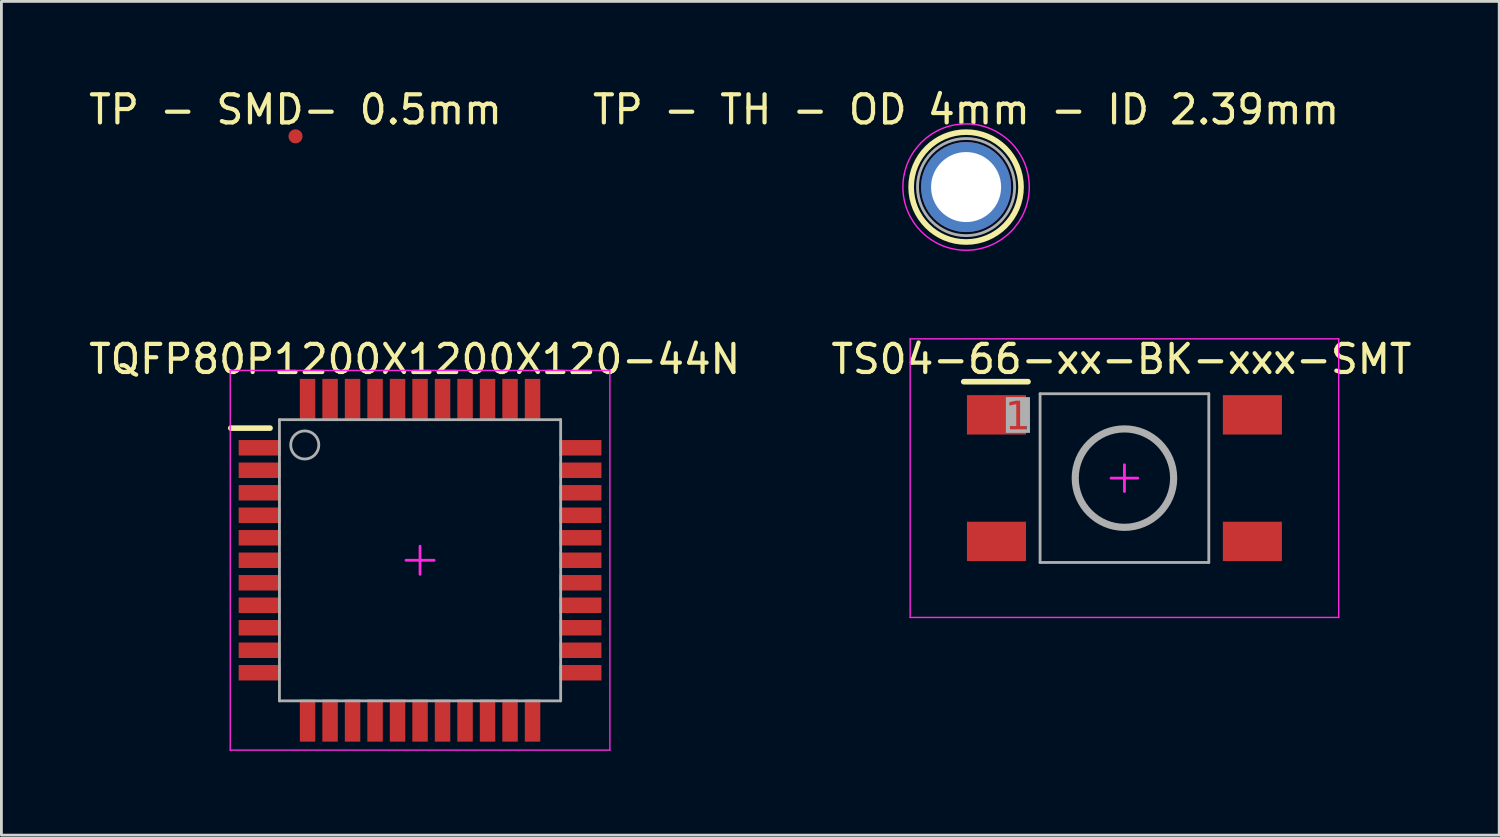
<source format=kicad_pcb>
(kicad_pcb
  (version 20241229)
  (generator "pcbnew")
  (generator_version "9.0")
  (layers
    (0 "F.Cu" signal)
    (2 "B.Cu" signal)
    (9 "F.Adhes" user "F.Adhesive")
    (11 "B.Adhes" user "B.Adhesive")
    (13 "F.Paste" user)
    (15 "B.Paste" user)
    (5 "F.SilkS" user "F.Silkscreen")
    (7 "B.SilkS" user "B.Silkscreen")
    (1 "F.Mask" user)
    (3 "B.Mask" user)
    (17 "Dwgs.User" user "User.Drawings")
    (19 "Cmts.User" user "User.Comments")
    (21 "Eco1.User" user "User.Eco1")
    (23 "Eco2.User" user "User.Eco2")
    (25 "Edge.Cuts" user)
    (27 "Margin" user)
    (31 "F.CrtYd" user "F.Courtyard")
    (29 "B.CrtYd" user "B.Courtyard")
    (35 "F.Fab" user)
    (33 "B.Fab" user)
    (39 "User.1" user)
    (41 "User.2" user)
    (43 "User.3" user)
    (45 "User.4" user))
  (footprint "TP - SMD- 0.5mm"
    (layer "F.Cu")
    (at 7.458 1.798)
    (property "Reference" "TP - SMD- 0.5mm" (at 0 -0.95 0) (layer "F.SilkS") (effects (font (size 1 1) (thickness 0.15))))
    (pad "1" smd circle (at 0 0) (size 0.5 0.5) (layers "F.Cu" "F.Mask" "F.Paste")))
  (footprint "TP - TH - OD 4mm - ID 2.39mm"
    (layer "F.Cu")
    (at 31.304 3.602)
    (property "Reference" "TP - TH - OD 4mm - ID 2.39mm" (at 0 -2.754 0) (layer "F.SilkS") (effects (font (size 1 1) (thickness 0.15))))
    (fp_circle (center 0 0) (end 0 -1.954) (stroke (width 0.2) (type solid)) (fill no) (layer "F.SilkS"))
    (fp_line (start -0.254 0) (end 0.254 0) (stroke (width 0.1) (type solid)) (layer "F.CrtYd"))
    (fp_line (start 0 0.254) (end 0 -0.254) (stroke (width 0.1) (type solid)) (layer "F.CrtYd"))
    (fp_circle (center 0 0) (end 0 -2.247) (stroke (width 0.05) (type solid)) (fill no) (layer "F.CrtYd"))
    (fp_circle (center 0 0) (end 0 -1.727) (stroke (width 0.1) (type solid)) (fill no) (layer "F.Fab"))
    (pad "1" thru_hole circle (at 0 0) (size 3.2 3.2) (drill 2.49) (layers "*.Cu" "*.Mask")))
  (footprint "TS04-66-xx-BK-xxx-SMT"
    (layer "F.Cu")
    (at 36.935 13.952)
    (property "Reference" "TS04-66-xx-BK-xxx-SMT" (at -0.107 -4.229 0) (layer "F.SilkS") (effects (font (size 1 1) (thickness 0.15))))
    (fp_line (start -5.715 -3.429) (end -3.429 -3.429) (stroke (width 0.2) (type solid)) (layer "F.SilkS"))
    (fp_line (start -7.62 -4.953) (end 7.62 -4.953) (stroke (width 0.05) (type solid)) (layer "F.CrtYd"))
    (fp_line (start -7.62 4.953) (end -7.62 -4.953) (stroke (width 0.05) (type solid)) (layer "F.CrtYd"))
    (fp_line (start -7.62 4.953) (end 7.62 4.953) (stroke (width 0.05) (type solid)) (layer "F.CrtYd"))
    (fp_line (start -0.475 0) (end 0.475 0) (stroke (width 0.1) (type solid)) (layer "F.CrtYd"))
    (fp_line (start 0 0.475) (end 0 -0.475) (stroke (width 0.1) (type solid)) (layer "F.CrtYd"))
    (fp_line (start 7.62 4.953) (end 7.62 -4.953) (stroke (width 0.05) (type solid)) (layer "F.CrtYd"))
    (fp_line (start -3 -3) (end 3 -3) (stroke (width 0.1) (type solid)) (layer "F.Fab"))
    (fp_line (start -3 3) (end -3 -3) (stroke (width 0.1) (type solid)) (layer "F.Fab"))
    (fp_line (start -3 3) (end 3 3) (stroke (width 0.1) (type solid)) (layer "F.Fab"))
    (fp_line (start 3 3) (end 3 -3) (stroke (width 0.1) (type solid)) (layer "F.Fab"))
    (fp_circle (center 0 0) (end 0 -1.75) (stroke (width 0.254) (type solid)) (fill no) (layer "F.Fab"))
    (fp_text user "1" (at -3.8 -2.15 0) (unlocked yes) (layer "F.Fab" knockout) (effects (font (face "Arial") (size 1 1) (thickness 0.254))))
    (pad "1" smd rect (at -4.55 -2.25) (size 2.1 1.4) (layers "F.Cu" "F.Mask" "F.Paste"))
    (pad "2" smd rect (at -4.55 2.25) (size 2.1 1.4) (layers "F.Cu" "F.Mask" "F.Paste"))
    (pad "3" smd rect (at 4.55 -2.25) (size 2.1 1.4) (layers "F.Cu" "F.Mask" "F.Paste"))
    (pad "4" smd rect (at 4.55 2.25) (size 2.1 1.4) (layers "F.Cu" "F.Mask" "F.Paste")))
  (footprint "TQFP80P1200X1200X120-44N"
    (layer "F.Cu")
    (at 11.887 16.873)
    (property "Reference" "TQFP80P1200X1200X120-44N" (at -0.191 -7.15 0) (layer "F.SilkS") (effects (font (size 1 1) (thickness 0.15))))
    (fp_line (start -6.731 -4.699) (end -5.334 -4.699) (stroke (width 0.2) (type solid)) (layer "F.SilkS"))
    (fp_line (start -6.75 -6.75) (end 6.75 -6.75) (stroke (width 0.05) (type solid)) (layer "F.CrtYd"))
    (fp_line (start -6.75 6.75) (end -6.75 -6.75) (stroke (width 0.05) (type solid)) (layer "F.CrtYd"))
    (fp_line (start -6.75 6.75) (end 6.75 6.75) (stroke (width 0.05) (type solid)) (layer "F.CrtYd"))
    (fp_line (start -0.5 0) (end 0.5 0) (stroke (width 0.1) (type solid)) (layer "F.CrtYd"))
    (fp_line (start 0 0.5) (end 0 -0.5) (stroke (width 0.1) (type solid)) (layer "F.CrtYd"))
    (fp_line (start 6.75 6.75) (end 6.75 -6.75) (stroke (width 0.05) (type solid)) (layer "F.CrtYd"))
    (fp_line (start -5 -5) (end 5 -5) (stroke (width 0.1) (type solid)) (layer "F.Fab"))
    (fp_line (start -5 5) (end -5 -5) (stroke (width 0.1) (type solid)) (layer "F.Fab"))
    (fp_line (start -5 5) (end 5 5) (stroke (width 0.1) (type solid)) (layer "F.Fab"))
    (fp_line (start 5 5) (end 5 -5) (stroke (width 0.1) (type solid)) (layer "F.Fab"))
    (fp_circle (center -4.1 -4.1) (end -4.1 -4.6) (stroke (width 0.1) (type solid)) (fill no) (layer "F.Fab"))
    (pad "1" smd rect (at -5.7 -4 90) (size 0.55 1.5) (layers "F.Cu" "F.Mask" "F.Paste"))
    (pad "2" smd rect (at -5.7 -3.2 90) (size 0.55 1.5) (layers "F.Cu" "F.Mask" "F.Paste"))
    (pad "3" smd rect (at -5.7 -2.4 90) (size 0.55 1.5) (layers "F.Cu" "F.Mask" "F.Paste"))
    (pad "4" smd rect (at -5.7 -1.6 90) (size 0.55 1.5) (layers "F.Cu" "F.Mask" "F.Paste"))
    (pad "5" smd rect (at -5.7 -0.8 90) (size 0.55 1.5) (layers "F.Cu" "F.Mask" "F.Paste"))
    (pad "6" smd rect (at -5.7 0 90) (size 0.55 1.5) (layers "F.Cu" "F.Mask" "F.Paste"))
    (pad "7" smd rect (at -5.7 0.8 90) (size 0.55 1.5) (layers "F.Cu" "F.Mask" "F.Paste"))
    (pad "8" smd rect (at -5.7 1.6 90) (size 0.55 1.5) (layers "F.Cu" "F.Mask" "F.Paste"))
    (pad "9" smd rect (at -5.7 2.4 90) (size 0.55 1.5) (layers "F.Cu" "F.Mask" "F.Paste"))
    (pad "10" smd rect (at -5.7 3.2 90) (size 0.55 1.5) (layers "F.Cu" "F.Mask" "F.Paste"))
    (pad "11" smd rect (at -5.7 4 90) (size 0.55 1.5) (layers "F.Cu" "F.Mask" "F.Paste"))
    (pad "12" smd rect (at -4 5.7) (size 0.55 1.5) (layers "F.Cu" "F.Mask" "F.Paste"))
    (pad "13" smd rect (at -3.2 5.7) (size 0.55 1.5) (layers "F.Cu" "F.Mask" "F.Paste"))
    (pad "14" smd rect (at -2.4 5.7) (size 0.55 1.5) (layers "F.Cu" "F.Mask" "F.Paste"))
    (pad "15" smd rect (at -1.6 5.7) (size 0.55 1.5) (layers "F.Cu" "F.Mask" "F.Paste"))
    (pad "16" smd rect (at -0.8 5.7) (size 0.55 1.5) (layers "F.Cu" "F.Mask" "F.Paste"))
    (pad "17" smd rect (at 0 5.7) (size 0.55 1.5) (layers "F.Cu" "F.Mask" "F.Paste"))
    (pad "18" smd rect (at 0.8 5.7) (size 0.55 1.5) (layers "F.Cu" "F.Mask" "F.Paste"))
    (pad "19" smd rect (at 1.6 5.7) (size 0.55 1.5) (layers "F.Cu" "F.Mask" "F.Paste"))
    (pad "20" smd rect (at 2.4 5.7) (size 0.55 1.5) (layers "F.Cu" "F.Mask" "F.Paste"))
    (pad "21" smd rect (at 3.2 5.7) (size 0.55 1.5) (layers "F.Cu" "F.Mask" "F.Paste"))
    (pad "22" smd rect (at 4 5.7) (size 0.55 1.5) (layers "F.Cu" "F.Mask" "F.Paste"))
    (pad "23" smd rect (at 5.7 4 90) (size 0.55 1.5) (layers "F.Cu" "F.Mask" "F.Paste"))
    (pad "24" smd rect (at 5.7 3.2 90) (size 0.55 1.5) (layers "F.Cu" "F.Mask" "F.Paste"))
    (pad "25" smd rect (at 5.7 2.4 90) (size 0.55 1.5) (layers "F.Cu" "F.Mask" "F.Paste"))
    (pad "26" smd rect (at 5.7 1.6 90) (size 0.55 1.5) (layers "F.Cu" "F.Mask" "F.Paste"))
    (pad "27" smd rect (at 5.7 0.8 90) (size 0.55 1.5) (layers "F.Cu" "F.Mask" "F.Paste"))
    (pad "28" smd rect (at 5.7 0 90) (size 0.55 1.5) (layers "F.Cu" "F.Mask" "F.Paste"))
    (pad "29" smd rect (at 5.7 -0.8 90) (size 0.55 1.5) (layers "F.Cu" "F.Mask" "F.Paste"))
    (pad "30" smd rect (at 5.7 -1.6 90) (size 0.55 1.5) (layers "F.Cu" "F.Mask" "F.Paste"))
    (pad "31" smd rect (at 5.7 -2.4 90) (size 0.55 1.5) (layers "F.Cu" "F.Mask" "F.Paste"))
    (pad "32" smd rect (at 5.7 -3.2 90) (size 0.55 1.5) (layers "F.Cu" "F.Mask" "F.Paste"))
    (pad "33" smd rect (at 5.7 -4 90) (size 0.55 1.5) (layers "F.Cu" "F.Mask" "F.Paste"))
    (pad "34" smd rect (at 4 -5.7) (size 0.55 1.5) (layers "F.Cu" "F.Mask" "F.Paste"))
    (pad "35" smd rect (at 3.2 -5.7) (size 0.55 1.5) (layers "F.Cu" "F.Mask" "F.Paste"))
    (pad "36" smd rect (at 2.4 -5.7) (size 0.55 1.5) (layers "F.Cu" "F.Mask" "F.Paste"))
    (pad "37" smd rect (at 1.6 -5.7) (size 0.55 1.5) (layers "F.Cu" "F.Mask" "F.Paste"))
    (pad "38" smd rect (at 0.8 -5.7) (size 0.55 1.5) (layers "F.Cu" "F.Mask" "F.Paste"))
    (pad "39" smd rect (at 0 -5.7) (size 0.55 1.5) (layers "F.Cu" "F.Mask" "F.Paste"))
    (pad "40" smd rect (at -0.8 -5.7) (size 0.55 1.5) (layers "F.Cu" "F.Mask" "F.Paste"))
    (pad "41" smd rect (at -1.6 -5.7) (size 0.55 1.5) (layers "F.Cu" "F.Mask" "F.Paste"))
    (pad "42" smd rect (at -2.4 -5.7) (size 0.55 1.5) (layers "F.Cu" "F.Mask" "F.Paste"))
    (pad "43" smd rect (at -3.2 -5.7) (size 0.55 1.5) (layers "F.Cu" "F.Mask" "F.Paste"))
    (pad "44" smd rect (at -4 -5.7) (size 0.55 1.5) (layers "F.Cu" "F.Mask" "F.Paste")))
  (gr_rect
    (start -3 -3)
    (end 50.262 26.648)
    (stroke (width 0.1) (type default))
    (fill no)
    (layer "Edge.Cuts")))
</source>
